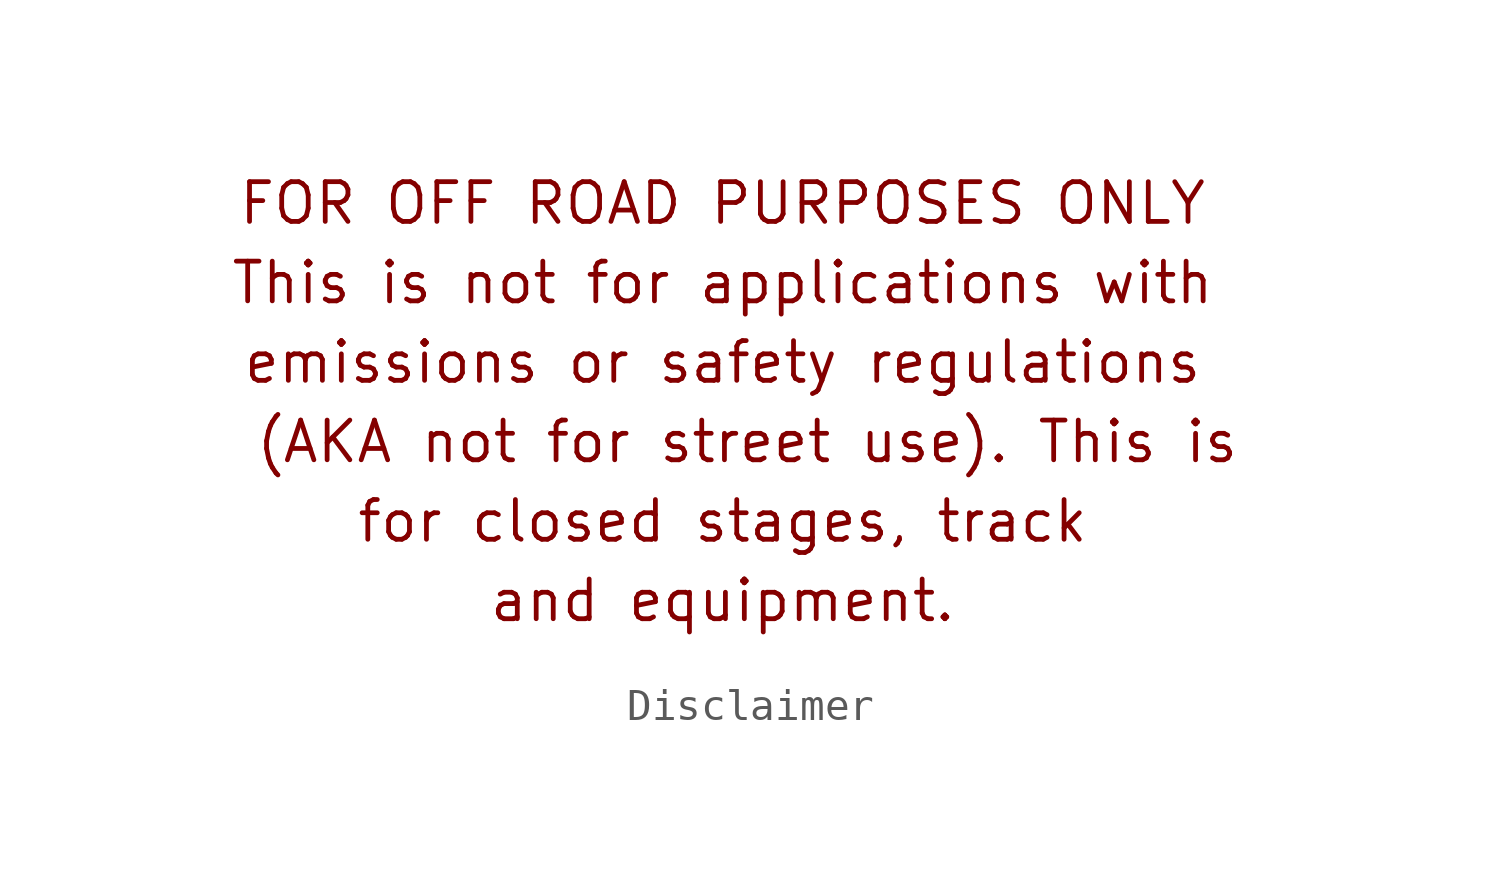
<source format=kicad_sym>
(kicad_symbol_lib
  (version 20220914)
  (generator kicad_symbol_editor)
  (symbol "Disclaimer"
    (pin_names
      (offset 1.016))
    (property "Reference" "G"
      (at 0 8.89 0)
      (effects (font (size 1.524 1.524)) hide))
    (symbol "Disclaimer_0_0"
      (text "(AKA not for street use). This is " (at 1.27 -3.81 0) (effects (font (size 1.27 1.27))))
      (text "and equipment." (at 0 -8.89 0) (effects (font (size 1.27 1.27))))
      (text "emissions or safety regulations" (at 0 -1.27 0) (effects (font (size 1.27 1.27))))
      (text "for closed stages, track" (at 0 -6.35 0) (effects (font (size 1.27 1.27))))
      (text "FOR OFF ROAD PURPOSES ONLY" (at 0 3.81 0) (effects (font (size 1.27 1.27))))
      (text "This is not for applications with" (at 0 1.27 0) (effects (font (size 1.27 1.27)))))))
</source>
